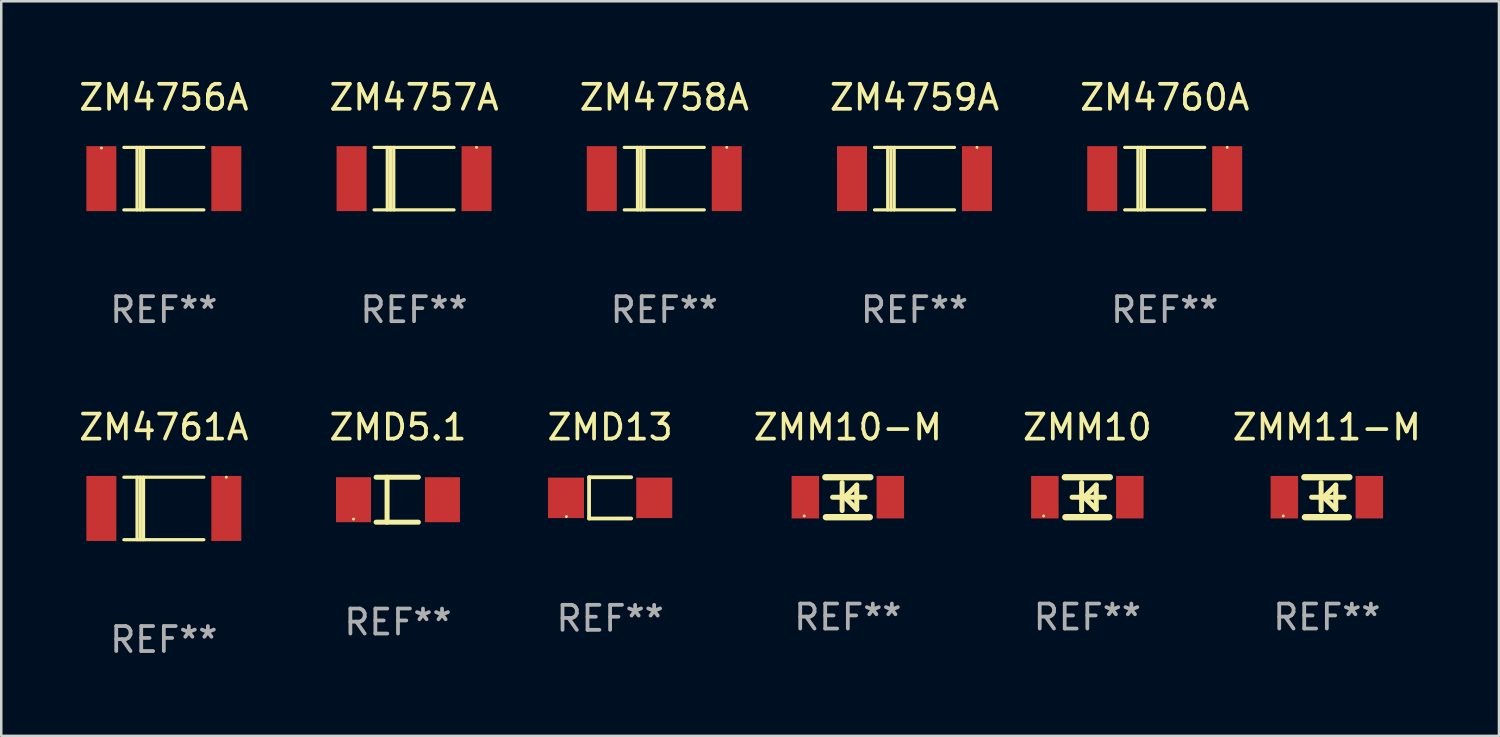
<source format=kicad_pcb>
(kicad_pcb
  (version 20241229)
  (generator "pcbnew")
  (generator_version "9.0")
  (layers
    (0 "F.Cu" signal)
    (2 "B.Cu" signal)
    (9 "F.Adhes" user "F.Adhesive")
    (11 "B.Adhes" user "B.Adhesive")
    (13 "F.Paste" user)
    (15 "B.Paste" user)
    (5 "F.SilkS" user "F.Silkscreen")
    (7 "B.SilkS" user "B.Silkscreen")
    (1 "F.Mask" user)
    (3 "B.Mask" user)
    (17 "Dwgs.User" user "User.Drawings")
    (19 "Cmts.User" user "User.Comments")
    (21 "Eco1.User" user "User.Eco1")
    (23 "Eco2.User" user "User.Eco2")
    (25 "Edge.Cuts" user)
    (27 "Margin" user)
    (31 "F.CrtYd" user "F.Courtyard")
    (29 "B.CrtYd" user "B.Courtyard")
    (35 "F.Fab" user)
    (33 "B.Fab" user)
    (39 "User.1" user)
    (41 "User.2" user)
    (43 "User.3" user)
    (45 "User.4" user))
  (footprint "ZM4757A"
    (layer "F.Cu")
    (at 13.518 4.098)
    (property "Reference" "ZM4757A" (at 0 -3.25 0) (layer "F.SilkS") (effects (font (size 1 1) (thickness 0.15))))
    (attr through_hole)
    (fp_line (start -1.6 -1.25) (end 1.6 -1.25) (stroke (width 0.129) (type solid)) (layer "F.SilkS"))
    (fp_line (start -1.6 1.25) (end 1.6 1.25) (stroke (width 0.129) (type solid)) (layer "F.SilkS"))
    (fp_line (start -1.072 -1.25) (end -1.072 1.25) (stroke (width 0.129) (type solid)) (layer "F.SilkS"))
    (fp_line (start -0.942 -1.25) (end -0.942 1.25) (stroke (width 0.129) (type solid)) (layer "F.SilkS"))
    (fp_line (start -0.813 -1.25) (end -0.813 1.25) (stroke (width 0.129) (type solid)) (layer "F.SilkS"))
    (fp_circle (center 2.5 -1.25) (end 2.53 -1.25) (stroke (width 0.06) (type solid)) (fill no) (layer "F.SilkS"))
    (fp_text user "REF**" (at 0 5.25 0) (layer "F.Fab") (effects (font (size 1 1) (thickness 0.15))))
    (pad "1" smd rect (at 2.5 0 180) (size 1.2 2.6) (layers "F.Cu" "F.Mask" "F.Paste"))
    (pad "2" smd rect (at -2.5 0 180) (size 1.2 2.6) (layers "F.Cu" "F.Mask" "F.Paste")))
  (footprint "ZMM11-M"
    (layer "F.Cu")
    (at 50.042 16.845)
    (property "Reference" "ZMM11-M" (at 0 -2.8 0) (layer "F.SilkS") (effects (font (size 1 1) (thickness 0.15))))
    (attr through_hole)
    (fp_line (start -0.9 -0.8) (end 0.9 -0.8) (stroke (width 0.254) (type solid)) (layer "F.SilkS"))
    (fp_line (start -0.878 0.8) (end 0.878 0.8) (stroke (width 0.254) (type solid)) (layer "F.SilkS"))
    (fp_line (start -0.61 0) (end 0.686 0) (stroke (width 0.2) (type solid)) (layer "F.SilkS"))
    (fp_line (start -0.229 -0.584) (end -0.229 0.533) (stroke (width 0.2) (type solid)) (layer "F.SilkS"))
    (fp_line (start -0.127 0) (end 0.356 -0.483) (stroke (width 0.2) (type solid)) (layer "F.SilkS"))
    (fp_line (start 0.356 -0.483) (end 0.356 0.483) (stroke (width 0.2) (type solid)) (layer "F.SilkS"))
    (fp_line (start 0.356 0.483) (end -0.102 0.025) (stroke (width 0.2) (type solid)) (layer "F.SilkS"))
    (fp_circle (center -1.746 0.75) (end -1.716 0.75) (stroke (width 0.06) (type solid)) (fill no) (layer "F.SilkS"))
    (fp_text user "REF**" (at 0 4.8 0) (layer "F.Fab") (effects (font (size 1 1) (thickness 0.15))))
    (pad "1" smd rect (at -1.7 0 180) (size 1.1 1.7) (layers "F.Cu" "F.Mask" "F.Paste"))
    (pad "2" smd rect (at 1.7 0 180) (size 1.1 1.7) (layers "F.Cu" "F.Mask" "F.Paste")))
  (footprint "ZMM10"
    (layer "F.Cu")
    (at 40.458 16.845)
    (property "Reference" "ZMM10" (at 0 -2.8 0) (layer "F.SilkS") (effects (font (size 1 1) (thickness 0.15))))
    (attr through_hole)
    (fp_line (start -0.9 -0.8) (end 0.9 -0.8) (stroke (width 0.254) (type solid)) (layer "F.SilkS"))
    (fp_line (start -0.878 0.8) (end 0.878 0.8) (stroke (width 0.254) (type solid)) (layer "F.SilkS"))
    (fp_line (start -0.61 0) (end 0.686 0) (stroke (width 0.2) (type solid)) (layer "F.SilkS"))
    (fp_line (start -0.229 -0.584) (end -0.229 0.533) (stroke (width 0.2) (type solid)) (layer "F.SilkS"))
    (fp_line (start -0.127 0) (end 0.356 -0.483) (stroke (width 0.2) (type solid)) (layer "F.SilkS"))
    (fp_line (start 0.356 -0.483) (end 0.356 0.483) (stroke (width 0.2) (type solid)) (layer "F.SilkS"))
    (fp_line (start 0.356 0.483) (end -0.102 0.025) (stroke (width 0.2) (type solid)) (layer "F.SilkS"))
    (fp_circle (center -1.746 0.75) (end -1.716 0.75) (stroke (width 0.06) (type solid)) (fill no) (layer "F.SilkS"))
    (fp_text user "REF**" (at 0 4.8 0) (layer "F.Fab") (effects (font (size 1 1) (thickness 0.15))))
    (pad "1" smd rect (at -1.7 0 180) (size 1.1 1.7) (layers "F.Cu" "F.Mask" "F.Paste"))
    (pad "2" smd rect (at 1.7 0 180) (size 1.1 1.7) (layers "F.Cu" "F.Mask" "F.Paste")))
  (footprint "ZM4761A"
    (layer "F.Cu")
    (at 3.506 17.295)
    (property "Reference" "ZM4761A" (at 0 -3.25 0) (layer "F.SilkS") (effects (font (size 1 1) (thickness 0.15))))
    (attr through_hole)
    (fp_line (start -1.6 -1.25) (end 1.6 -1.25) (stroke (width 0.129) (type solid)) (layer "F.SilkS"))
    (fp_line (start -1.6 1.25) (end 1.6 1.25) (stroke (width 0.129) (type solid)) (layer "F.SilkS"))
    (fp_line (start -1.072 -1.25) (end -1.072 1.25) (stroke (width 0.129) (type solid)) (layer "F.SilkS"))
    (fp_line (start -0.942 -1.25) (end -0.942 1.25) (stroke (width 0.129) (type solid)) (layer "F.SilkS"))
    (fp_line (start -0.813 -1.25) (end -0.813 1.25) (stroke (width 0.129) (type solid)) (layer "F.SilkS"))
    (fp_circle (center 2.5 -1.25) (end 2.53 -1.25) (stroke (width 0.06) (type solid)) (fill no) (layer "F.SilkS"))
    (fp_text user "REF**" (at 0 5.25 0) (layer "F.Fab") (effects (font (size 1 1) (thickness 0.15))))
    (pad "1" smd rect (at 2.5 0 180) (size 1.2 2.6) (layers "F.Cu" "F.Mask" "F.Paste"))
    (pad "2" smd rect (at -2.5 0 180) (size 1.2 2.6) (layers "F.Cu" "F.Mask" "F.Paste")))
  (footprint "ZM4756A"
    (layer "F.Cu")
    (at 3.506 4.098)
    (property "Reference" "ZM4756A" (at 0 -3.25 0) (layer "F.SilkS") (effects (font (size 1 1) (thickness 0.15))))
    (attr through_hole)
    (fp_line (start -1.6 -1.25) (end 1.6 -1.25) (stroke (width 0.129) (type solid)) (layer "F.SilkS"))
    (fp_line (start -1.6 1.25) (end 1.6 1.25) (stroke (width 0.129) (type solid)) (layer "F.SilkS"))
    (fp_line (start -1.072 -1.25) (end -1.072 1.25) (stroke (width 0.129) (type solid)) (layer "F.SilkS"))
    (fp_line (start -0.942 -1.25) (end -0.942 1.25) (stroke (width 0.129) (type solid)) (layer "F.SilkS"))
    (fp_line (start -0.813 -1.25) (end -0.813 1.25) (stroke (width 0.129) (type solid)) (layer "F.SilkS"))
    (fp_circle (center -2.5 -1.225) (end -2.47 -1.225) (stroke (width 0.06) (type solid)) (fill no) (layer "F.SilkS"))
    (fp_text user "REF**" (at 0 5.25 0) (layer "F.Fab") (effects (font (size 1 1) (thickness 0.15))))
    (pad "1" smd rect (at -2.5 0 180) (size 1.2 2.6) (layers "F.Cu" "F.Mask" "F.Paste"))
    (pad "2" smd rect (at 2.5 0 180) (size 1.2 2.6) (layers "F.Cu" "F.Mask" "F.Paste")))
  (footprint "ZM4758A"
    (layer "F.Cu")
    (at 23.53 4.098)
    (property "Reference" "ZM4758A" (at 0 -3.25 0) (layer "F.SilkS") (effects (font (size 1 1) (thickness 0.15))))
    (attr through_hole)
    (fp_line (start -1.6 -1.25) (end 1.6 -1.25) (stroke (width 0.129) (type solid)) (layer "F.SilkS"))
    (fp_line (start -1.6 1.25) (end 1.6 1.25) (stroke (width 0.129) (type solid)) (layer "F.SilkS"))
    (fp_line (start -1.072 -1.25) (end -1.072 1.25) (stroke (width 0.129) (type solid)) (layer "F.SilkS"))
    (fp_line (start -0.942 -1.25) (end -0.942 1.25) (stroke (width 0.129) (type solid)) (layer "F.SilkS"))
    (fp_line (start -0.813 -1.25) (end -0.813 1.25) (stroke (width 0.129) (type solid)) (layer "F.SilkS"))
    (fp_circle (center 2.5 -1.25) (end 2.53 -1.25) (stroke (width 0.06) (type solid)) (fill no) (layer "F.SilkS"))
    (fp_text user "REF**" (at 0 5.25 0) (layer "F.Fab") (effects (font (size 1 1) (thickness 0.15))))
    (pad "1" smd rect (at 2.5 0 180) (size 1.2 2.6) (layers "F.Cu" "F.Mask" "F.Paste"))
    (pad "2" smd rect (at -2.5 0 180) (size 1.2 2.6) (layers "F.Cu" "F.Mask" "F.Paste")))
  (footprint "ZMM10-M"
    (layer "F.Cu")
    (at 30.875 16.845)
    (property "Reference" "ZMM10-M" (at 0 -2.8 0) (layer "F.SilkS") (effects (font (size 1 1) (thickness 0.15))))
    (attr through_hole)
    (fp_line (start -0.9 -0.8) (end 0.9 -0.8) (stroke (width 0.254) (type solid)) (layer "F.SilkS"))
    (fp_line (start -0.878 0.8) (end 0.878 0.8) (stroke (width 0.254) (type solid)) (layer "F.SilkS"))
    (fp_line (start -0.61 0) (end 0.686 0) (stroke (width 0.2) (type solid)) (layer "F.SilkS"))
    (fp_line (start -0.229 -0.584) (end -0.229 0.533) (stroke (width 0.2) (type solid)) (layer "F.SilkS"))
    (fp_line (start -0.127 0) (end 0.356 -0.483) (stroke (width 0.2) (type solid)) (layer "F.SilkS"))
    (fp_line (start 0.356 -0.483) (end 0.356 0.483) (stroke (width 0.2) (type solid)) (layer "F.SilkS"))
    (fp_line (start 0.356 0.483) (end -0.102 0.025) (stroke (width 0.2) (type solid)) (layer "F.SilkS"))
    (fp_circle (center -1.746 0.75) (end -1.716 0.75) (stroke (width 0.06) (type solid)) (fill no) (layer "F.SilkS"))
    (fp_text user "REF**" (at 0 4.8 0) (layer "F.Fab") (effects (font (size 1 1) (thickness 0.15))))
    (pad "1" smd rect (at -1.7 0 180) (size 1.1 1.7) (layers "F.Cu" "F.Mask" "F.Paste"))
    (pad "2" smd rect (at 1.7 0 180) (size 1.1 1.7) (layers "F.Cu" "F.Mask" "F.Paste")))
  (footprint "ZMD13"
    (layer "F.Cu")
    (at 21.363 16.871)
    (property "Reference" "ZMD13" (at 0 -2.826 0) (layer "F.SilkS") (effects (font (size 1 1) (thickness 0.15))))
    (attr through_hole)
    (fp_line (start -0.842 -0.826) (end -0.842 0.826) (stroke (width 0.152) (type solid)) (layer "F.SilkS"))
    (fp_line (start -0.842 -0.826) (end 0.842 -0.826) (stroke (width 0.152) (type solid)) (layer "F.SilkS"))
    (fp_line (start -0.842 0.826) (end 0.842 0.826) (stroke (width 0.152) (type solid)) (layer "F.SilkS"))
    (fp_circle (center -1.75 0.75) (end -1.72 0.75) (stroke (width 0.06) (type solid)) (fill no) (layer "F.SilkS"))
    (fp_text user "REF**" (at 0 4.826 0) (layer "F.Fab") (effects (font (size 1 1) (thickness 0.15))))
    (pad "1" smd rect (at -1.765 0) (size 1.44 1.62) (layers "F.Cu" "F.Mask" "F.Paste"))
    (pad "2" smd rect (at 1.765 0) (size 1.44 1.62) (layers "F.Cu" "F.Mask" "F.Paste")))
  (footprint "ZM4760A"
    (layer "F.Cu")
    (at 43.554 4.098)
    (property "Reference" "ZM4760A" (at 0 -3.25 0) (layer "F.SilkS") (effects (font (size 1 1) (thickness 0.15))))
    (attr through_hole)
    (fp_line (start -1.6 -1.25) (end 1.6 -1.25) (stroke (width 0.129) (type solid)) (layer "F.SilkS"))
    (fp_line (start -1.6 1.25) (end 1.6 1.25) (stroke (width 0.129) (type solid)) (layer "F.SilkS"))
    (fp_line (start -1.072 -1.25) (end -1.072 1.25) (stroke (width 0.129) (type solid)) (layer "F.SilkS"))
    (fp_line (start -0.942 -1.25) (end -0.942 1.25) (stroke (width 0.129) (type solid)) (layer "F.SilkS"))
    (fp_line (start -0.813 -1.25) (end -0.813 1.25) (stroke (width 0.129) (type solid)) (layer "F.SilkS"))
    (fp_circle (center 2.5 -1.25) (end 2.53 -1.25) (stroke (width 0.06) (type solid)) (fill no) (layer "F.SilkS"))
    (fp_text user "REF**" (at 0 5.25 0) (layer "F.Fab") (effects (font (size 1 1) (thickness 0.15))))
    (pad "1" smd rect (at 2.5 0 180) (size 1.2 2.6) (layers "F.Cu" "F.Mask" "F.Paste"))
    (pad "2" smd rect (at -2.5 0 180) (size 1.2 2.6) (layers "F.Cu" "F.Mask" "F.Paste")))
  (footprint "ZMD5.1"
    (layer "F.Cu")
    (at 12.875 16.945)
    (property "Reference" "ZMD5.1" (at 0 -2.9 0) (layer "F.SilkS") (effects (font (size 1 1) (thickness 0.15))))
    (attr through_hole)
    (fp_line (start -0.876 -0.9) (end 0.816 -0.9) (stroke (width 0.2) (type solid)) (layer "F.SilkS"))
    (fp_line (start -0.876 0.9) (end 0.816 0.9) (stroke (width 0.2) (type solid)) (layer "F.SilkS"))
    (fp_line (start -0.437 -0.9) (end -0.437 0.9) (stroke (width 0.2) (type solid)) (layer "F.SilkS"))
    (fp_circle (center -1.78 0.775) (end -1.75 0.775) (stroke (width 0.06) (type solid)) (fill no) (layer "F.SilkS"))
    (fp_text user "REF**" (at 0 4.9 0) (layer "F.Fab") (effects (font (size 1 1) (thickness 0.15))))
    (pad "1" smd rect (at -1.78 0.000127 180) (size 1.4 1.8) (layers "F.Cu" "F.Mask" "F.Paste"))
    (pad "2" smd rect (at 1.78 0.000127 180) (size 1.4 1.8) (layers "F.Cu" "F.Mask" "F.Paste")))
  (footprint "ZM4759A"
    (layer "F.Cu")
    (at 33.542 4.098)
    (property "Reference" "ZM4759A" (at 0 -3.25 0) (layer "F.SilkS") (effects (font (size 1 1) (thickness 0.15))))
    (attr through_hole)
    (fp_line (start -1.6 -1.25) (end 1.6 -1.25) (stroke (width 0.129) (type solid)) (layer "F.SilkS"))
    (fp_line (start -1.6 1.25) (end 1.6 1.25) (stroke (width 0.129) (type solid)) (layer "F.SilkS"))
    (fp_line (start -1.072 -1.25) (end -1.072 1.25) (stroke (width 0.129) (type solid)) (layer "F.SilkS"))
    (fp_line (start -0.942 -1.25) (end -0.942 1.25) (stroke (width 0.129) (type solid)) (layer "F.SilkS"))
    (fp_line (start -0.813 -1.25) (end -0.813 1.25) (stroke (width 0.129) (type solid)) (layer "F.SilkS"))
    (fp_circle (center 2.5 -1.25) (end 2.53 -1.25) (stroke (width 0.06) (type solid)) (fill no) (layer "F.SilkS"))
    (fp_text user "REF**" (at 0 5.25 0) (layer "F.Fab") (effects (font (size 1 1) (thickness 0.15))))
    (pad "1" smd rect (at 2.5 0 180) (size 1.2 2.6) (layers "F.Cu" "F.Mask" "F.Paste"))
    (pad "2" smd rect (at -2.5 0 180) (size 1.2 2.6) (layers "F.Cu" "F.Mask" "F.Paste")))
  (gr_rect
    (start -3 -3)
    (end 56.929 26.393)
    (stroke (width 0.1) (type default))
    (fill no)
    (layer "Edge.Cuts")))
</source>
